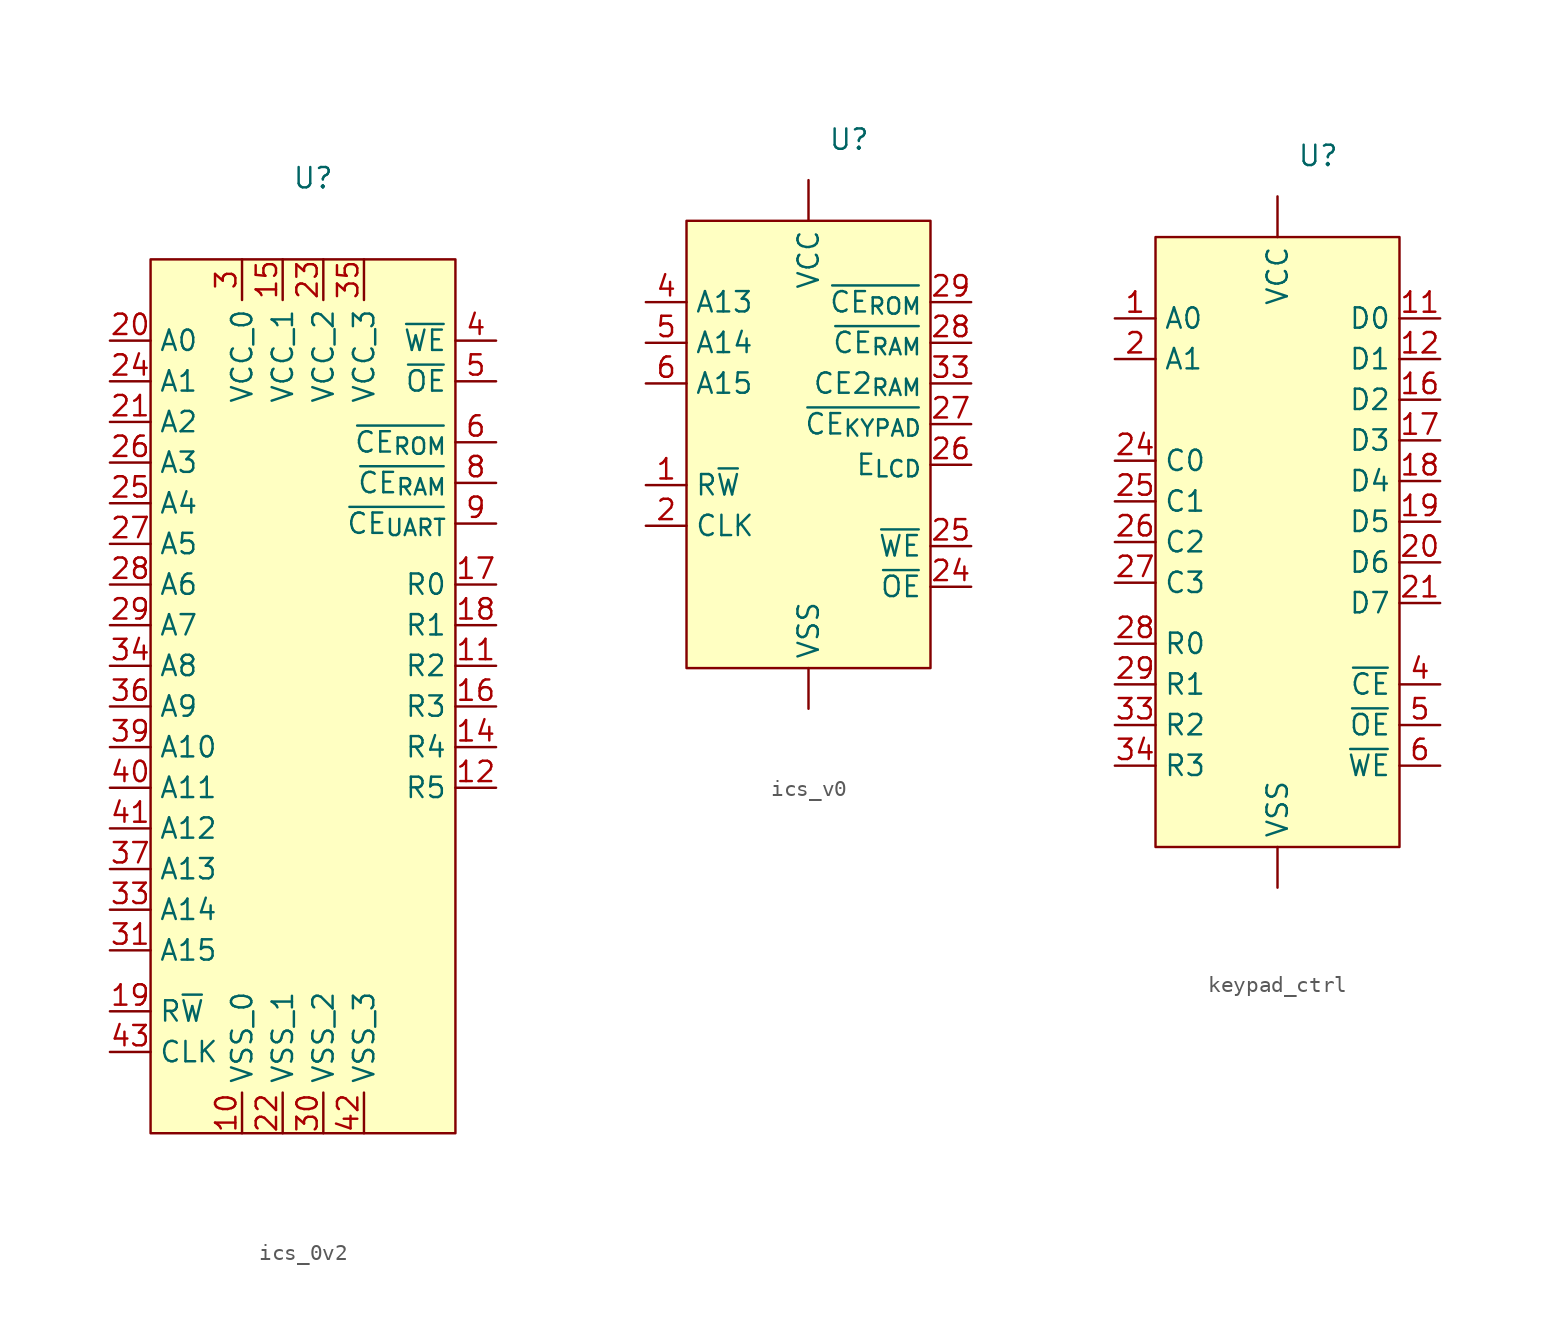
<source format=kicad_sym>
(kicad_symbol_lib
  (version 20231120)
  (generator "kicad_symbol_editor")
  (generator_version "8.0")
  (symbol "ics_0v2"
    (property "Reference" "U"
      (at 0.635 27.305 0)
      (effects (font (size 1.27 1.27))))
    (property "Value" ""
      (at -1.905 21.59 0)
      (effects (font (size 1.27 1.27))))
    (symbol "ics_0v2_1_1"
      (rectangle (start -9.525 22.225) (end 9.525 -32.385) (stroke (width 0) (type default)) (fill (type background)))
      (pin power_in line (at -3.81 -32.385 90) (length 2.54) (name "VSS_0" (effects (font (size 1.27 1.27)))) (number "10" (effects (font (size 1.27 1.27)))))
      (pin output line (at 12.065 -3.175 180) (length 2.54) (name "R2" (effects (font (size 1.27 1.27)))) (number "11" (effects (font (size 1.27 1.27)))))
      (pin output line (at 12.065 -10.795 180) (length 2.54) (name "R5" (effects (font (size 1.27 1.27)))) (number "12" (effects (font (size 1.27 1.27)))))
      (pin output line (at 12.065 -8.255 180) (length 2.54) (name "R4" (effects (font (size 1.27 1.27)))) (number "14" (effects (font (size 1.27 1.27)))))
      (pin power_in line (at -1.27 22.225 270) (length 2.54) (name "VCC_1" (effects (font (size 1.27 1.27)))) (number "15" (effects (font (size 1.27 1.27)))))
      (pin output line (at 12.065 -5.715 180) (length 2.54) (name "R3" (effects (font (size 1.27 1.27)))) (number "16" (effects (font (size 1.27 1.27)))))
      (pin output line (at 12.065 1.905 180) (length 2.54) (name "R0" (effects (font (size 1.27 1.27)))) (number "17" (effects (font (size 1.27 1.27)))))
      (pin output line (at 12.065 -0.635 180) (length 2.54) (name "R1" (effects (font (size 1.27 1.27)))) (number "18" (effects (font (size 1.27 1.27)))))
      (pin input line (at -12.065 -24.765 0) (length 2.54) (name "R~{W}" (effects (font (size 1.27 1.27)))) (number "19" (effects (font (size 1.27 1.27)))))
      (pin input line (at -12.065 17.145 0) (length 2.54) (name "A0" (effects (font (size 1.27 1.27)))) (number "20" (effects (font (size 1.27 1.27)))))
      (pin input line (at -12.065 12.065 0) (length 2.54) (name "A2" (effects (font (size 1.27 1.27)))) (number "21" (effects (font (size 1.27 1.27)))))
      (pin power_in line (at -1.27 -32.385 90) (length 2.54) (name "VSS_1" (effects (font (size 1.27 1.27)))) (number "22" (effects (font (size 1.27 1.27)))))
      (pin power_in line (at 1.27 22.225 270) (length 2.54) (name "VCC_2" (effects (font (size 1.27 1.27)))) (number "23" (effects (font (size 1.27 1.27)))))
      (pin input line (at -12.065 14.605 0) (length 2.54) (name "A1" (effects (font (size 1.27 1.27)))) (number "24" (effects (font (size 1.27 1.27)))))
      (pin input line (at -12.065 6.985 0) (length 2.54) (name "A4" (effects (font (size 1.27 1.27)))) (number "25" (effects (font (size 1.27 1.27)))))
      (pin input line (at -12.065 9.525 0) (length 2.54) (name "A3" (effects (font (size 1.27 1.27)))) (number "26" (effects (font (size 1.27 1.27)))))
      (pin input line (at -12.065 4.445 0) (length 2.54) (name "A5" (effects (font (size 1.27 1.27)))) (number "27" (effects (font (size 1.27 1.27)))))
      (pin input line (at -12.065 1.905 0) (length 2.54) (name "A6" (effects (font (size 1.27 1.27)))) (number "28" (effects (font (size 1.27 1.27)))))
      (pin input line (at -12.065 -0.635 0) (length 2.54) (name "A7" (effects (font (size 1.27 1.27)))) (number "29" (effects (font (size 1.27 1.27)))))
      (pin power_in line (at -3.81 22.225 270) (length 2.54) (name "VCC_0" (effects (font (size 1.27 1.27)))) (number "3" (effects (font (size 1.27 1.27)))))
      (pin power_in line (at 1.27 -32.385 90) (length 2.54) (name "VSS_2" (effects (font (size 1.27 1.27)))) (number "30" (effects (font (size 1.27 1.27)))))
      (pin input line (at -12.065 -20.955 0) (length 2.54) (name "A15" (effects (font (size 1.27 1.27)))) (number "31" (effects (font (size 1.27 1.27)))))
      (pin input line (at -12.065 -18.415 0) (length 2.54) (name "A14" (effects (font (size 1.27 1.27)))) (number "33" (effects (font (size 1.27 1.27)))))
      (pin input line (at -12.065 -3.175 0) (length 2.54) (name "A8" (effects (font (size 1.27 1.27)))) (number "34" (effects (font (size 1.27 1.27)))))
      (pin power_in line (at 3.81 22.225 270) (length 2.54) (name "VCC_3" (effects (font (size 1.27 1.27)))) (number "35" (effects (font (size 1.27 1.27)))))
      (pin input line (at -12.065 -5.715 0) (length 2.54) (name "A9" (effects (font (size 1.27 1.27)))) (number "36" (effects (font (size 1.27 1.27)))))
      (pin input line (at -12.065 -15.875 0) (length 2.54) (name "A13" (effects (font (size 1.27 1.27)))) (number "37" (effects (font (size 1.27 1.27)))))
      (pin input line (at -12.065 -8.255 0) (length 2.54) (name "A10" (effects (font (size 1.27 1.27)))) (number "39" (effects (font (size 1.27 1.27)))))
      (pin output line (at 12.065 17.145 180) (length 2.54) (name "~{WE}" (effects (font (size 1.27 1.27)))) (number "4" (effects (font (size 1.27 1.27)))))
      (pin input line (at -12.065 -10.795 0) (length 2.54) (name "A11" (effects (font (size 1.27 1.27)))) (number "40" (effects (font (size 1.27 1.27)))))
      (pin input line (at -12.065 -13.335 0) (length 2.54) (name "A12" (effects (font (size 1.27 1.27)))) (number "41" (effects (font (size 1.27 1.27)))))
      (pin power_in line (at 3.81 -32.385 90) (length 2.54) (name "VSS_3" (effects (font (size 1.27 1.27)))) (number "42" (effects (font (size 1.27 1.27)))))
      (pin input line (at -12.065 -27.305 0) (length 2.54) (name "CLK" (effects (font (size 1.27 1.27)))) (number "43" (effects (font (size 1.27 1.27)))))
      (pin output line (at 12.065 14.605 180) (length 2.54) (name "~{OE}" (effects (font (size 1.27 1.27)))) (number "5" (effects (font (size 1.27 1.27)))))
      (pin output line (at 12.065 10.795 180) (length 2.54) (name "~{CE_{ROM}}" (effects (font (size 1.27 1.27)))) (number "6" (effects (font (size 1.27 1.27)))))
      (pin output line (at 12.065 8.255 180) (length 2.54) (name "~{CE_{RAM}}" (effects (font (size 1.27 1.27)))) (number "8" (effects (font (size 1.27 1.27)))))
      (pin output line (at 12.065 5.715 180) (length 2.54) (name "~{CE_{UART}}" (effects (font (size 1.27 1.27)))) (number "9" (effects (font (size 1.27 1.27)))))))
  (symbol "ics_v0"
    (property "Reference" "U"
      (at 2.54 17.78 0)
      (effects (font (size 1.27 1.27))))
    (property "Value" ""
      (at 0 12.065 0)
      (effects (font (size 1.27 1.27))))
    (symbol "ics_v0_1_1"
      (rectangle (start -7.62 12.7) (end 7.62 -15.24) (stroke (width 0) (type default)) (fill (type background)))
      (pin power_in line (at 0 15.24 270) (length 2.54) (name "VCC" (effects (font (size 1.27 1.27)))) (number "" (effects (font (size 1.27 1.27)))))
      (pin power_in line (at 0 -17.78 90) (length 2.54) (name "VSS" (effects (font (size 1.27 1.27)))) (number "" (effects (font (size 1.27 1.27)))))
      (pin input line (at -10.16 -3.81 0) (length 2.54) (name "R~{W}" (effects (font (size 1.27 1.27)))) (number "1" (effects (font (size 1.27 1.27)))))
      (pin input line (at -10.16 -6.35 0) (length 2.54) (name "CLK" (effects (font (size 1.27 1.27)))) (number "2" (effects (font (size 1.27 1.27)))))
      (pin output line (at 10.16 -10.16 180) (length 2.54) (name "~{OE}" (effects (font (size 1.27 1.27)))) (number "24" (effects (font (size 1.27 1.27)))))
      (pin output line (at 10.16 -7.62 180) (length 2.54) (name "~{WE}" (effects (font (size 1.27 1.27)))) (number "25" (effects (font (size 1.27 1.27)))))
      (pin output line (at 10.16 -2.54 180) (length 2.54) (name "E_{LCD}" (effects (font (size 1.27 1.27)))) (number "26" (effects (font (size 1.27 1.27)))))
      (pin output line (at 10.16 0 180) (length 2.54) (name "~{CE_{KYPAD}}" (effects (font (size 1.27 1.27)))) (number "27" (effects (font (size 1.27 1.27)))))
      (pin output line (at 10.16 5.08 180) (length 2.54) (name "~{CE_{RAM}}" (effects (font (size 1.27 1.27)))) (number "28" (effects (font (size 1.27 1.27)))))
      (pin output line (at 10.16 7.62 180) (length 2.54) (name "~{CE_{ROM}}" (effects (font (size 1.27 1.27)))) (number "29" (effects (font (size 1.27 1.27)))))
      (pin output line (at 10.16 2.54 180) (length 2.54) (name "CE2_{RAM}" (effects (font (size 1.27 1.27)))) (number "33" (effects (font (size 1.27 1.27)))))
      (pin input line (at -10.16 7.62 0) (length 2.54) (name "A13" (effects (font (size 1.27 1.27)))) (number "4" (effects (font (size 1.27 1.27)))))
      (pin input line (at -10.16 5.08 0) (length 2.54) (name "A14" (effects (font (size 1.27 1.27)))) (number "5" (effects (font (size 1.27 1.27)))))
      (pin input line (at -10.16 2.54 0) (length 2.54) (name "A15" (effects (font (size 1.27 1.27)))) (number "6" (effects (font (size 1.27 1.27)))))))
  (symbol "keypad_ctrl"
    (property "Reference" "U"
      (at 2.54 27.94 0)
      (effects (font (size 1.27 1.27))))
    (property "Value" ""
      (at 2.54 25.4 0)
      (effects (font (size 1.27 1.27))))
    (symbol "keypad_ctrl_1_1"
      (rectangle (start -7.62 22.86) (end 7.62 -15.24) (stroke (width 0) (type default)) (fill (type background)))
      (pin power_in line (at 0 25.4 270) (length 2.54) (name "VCC" (effects (font (size 1.27 1.27)))) (number "" (effects (font (size 1.27 1.27)))))
      (pin power_in line (at 0 -17.78 90) (length 2.54) (name "VSS" (effects (font (size 1.27 1.27)))) (number "" (effects (font (size 1.27 1.27)))))
      (pin input line (at -10.16 17.78 0) (length 2.54) (name "A0" (effects (font (size 1.27 1.27)))) (number "1" (effects (font (size 1.27 1.27)))))
      (pin output line (at 10.16 17.78 180) (length 2.54) (name "D0" (effects (font (size 1.27 1.27)))) (number "11" (effects (font (size 1.27 1.27)))))
      (pin output line (at 10.16 15.24 180) (length 2.54) (name "D1" (effects (font (size 1.27 1.27)))) (number "12" (effects (font (size 1.27 1.27)))))
      (pin output line (at 10.16 12.7 180) (length 2.54) (name "D2" (effects (font (size 1.27 1.27)))) (number "16" (effects (font (size 1.27 1.27)))))
      (pin output line (at 10.16 10.16 180) (length 2.54) (name "D3" (effects (font (size 1.27 1.27)))) (number "17" (effects (font (size 1.27 1.27)))))
      (pin output line (at 10.16 7.62 180) (length 2.54) (name "D4" (effects (font (size 1.27 1.27)))) (number "18" (effects (font (size 1.27 1.27)))))
      (pin output line (at 10.16 5.08 180) (length 2.54) (name "D5" (effects (font (size 1.27 1.27)))) (number "19" (effects (font (size 1.27 1.27)))))
      (pin input line (at -10.16 15.24 0) (length 2.54) (name "A1" (effects (font (size 1.27 1.27)))) (number "2" (effects (font (size 1.27 1.27)))))
      (pin output line (at 10.16 2.54 180) (length 2.54) (name "D6" (effects (font (size 1.27 1.27)))) (number "20" (effects (font (size 1.27 1.27)))))
      (pin output line (at 10.16 0 180) (length 2.54) (name "D7" (effects (font (size 1.27 1.27)))) (number "21" (effects (font (size 1.27 1.27)))))
      (pin output line (at -10.16 8.89 0) (length 2.54) (name "C0" (effects (font (size 1.27 1.27)))) (number "24" (effects (font (size 1.27 1.27)))))
      (pin output line (at -10.16 6.35 0) (length 2.54) (name "C1" (effects (font (size 1.27 1.27)))) (number "25" (effects (font (size 1.27 1.27)))))
      (pin output line (at -10.16 3.81 0) (length 2.54) (name "C2" (effects (font (size 1.27 1.27)))) (number "26" (effects (font (size 1.27 1.27)))))
      (pin output line (at -10.16 1.27 0) (length 2.54) (name "C3" (effects (font (size 1.27 1.27)))) (number "27" (effects (font (size 1.27 1.27)))))
      (pin input line (at -10.16 -2.54 0) (length 2.54) (name "R0" (effects (font (size 1.27 1.27)))) (number "28" (effects (font (size 1.27 1.27)))))
      (pin input line (at -10.16 -5.08 0) (length 2.54) (name "R1" (effects (font (size 1.27 1.27)))) (number "29" (effects (font (size 1.27 1.27)))))
      (pin input line (at -10.16 -7.62 0) (length 2.54) (name "R2" (effects (font (size 1.27 1.27)))) (number "33" (effects (font (size 1.27 1.27)))))
      (pin input line (at -10.16 -10.16 0) (length 2.54) (name "R3" (effects (font (size 1.27 1.27)))) (number "34" (effects (font (size 1.27 1.27)))))
      (pin input line (at 10.16 -5.08 180) (length 2.54) (name "~{CE}" (effects (font (size 1.27 1.27)))) (number "4" (effects (font (size 1.27 1.27)))))
      (pin input line (at 10.16 -7.62 180) (length 2.54) (name "~{OE}" (effects (font (size 1.27 1.27)))) (number "5" (effects (font (size 1.27 1.27)))))
      (pin input line (at 10.16 -10.16 180) (length 2.54) (name "~{WE}" (effects (font (size 1.27 1.27)))) (number "6" (effects (font (size 1.27 1.27))))))))
</source>
